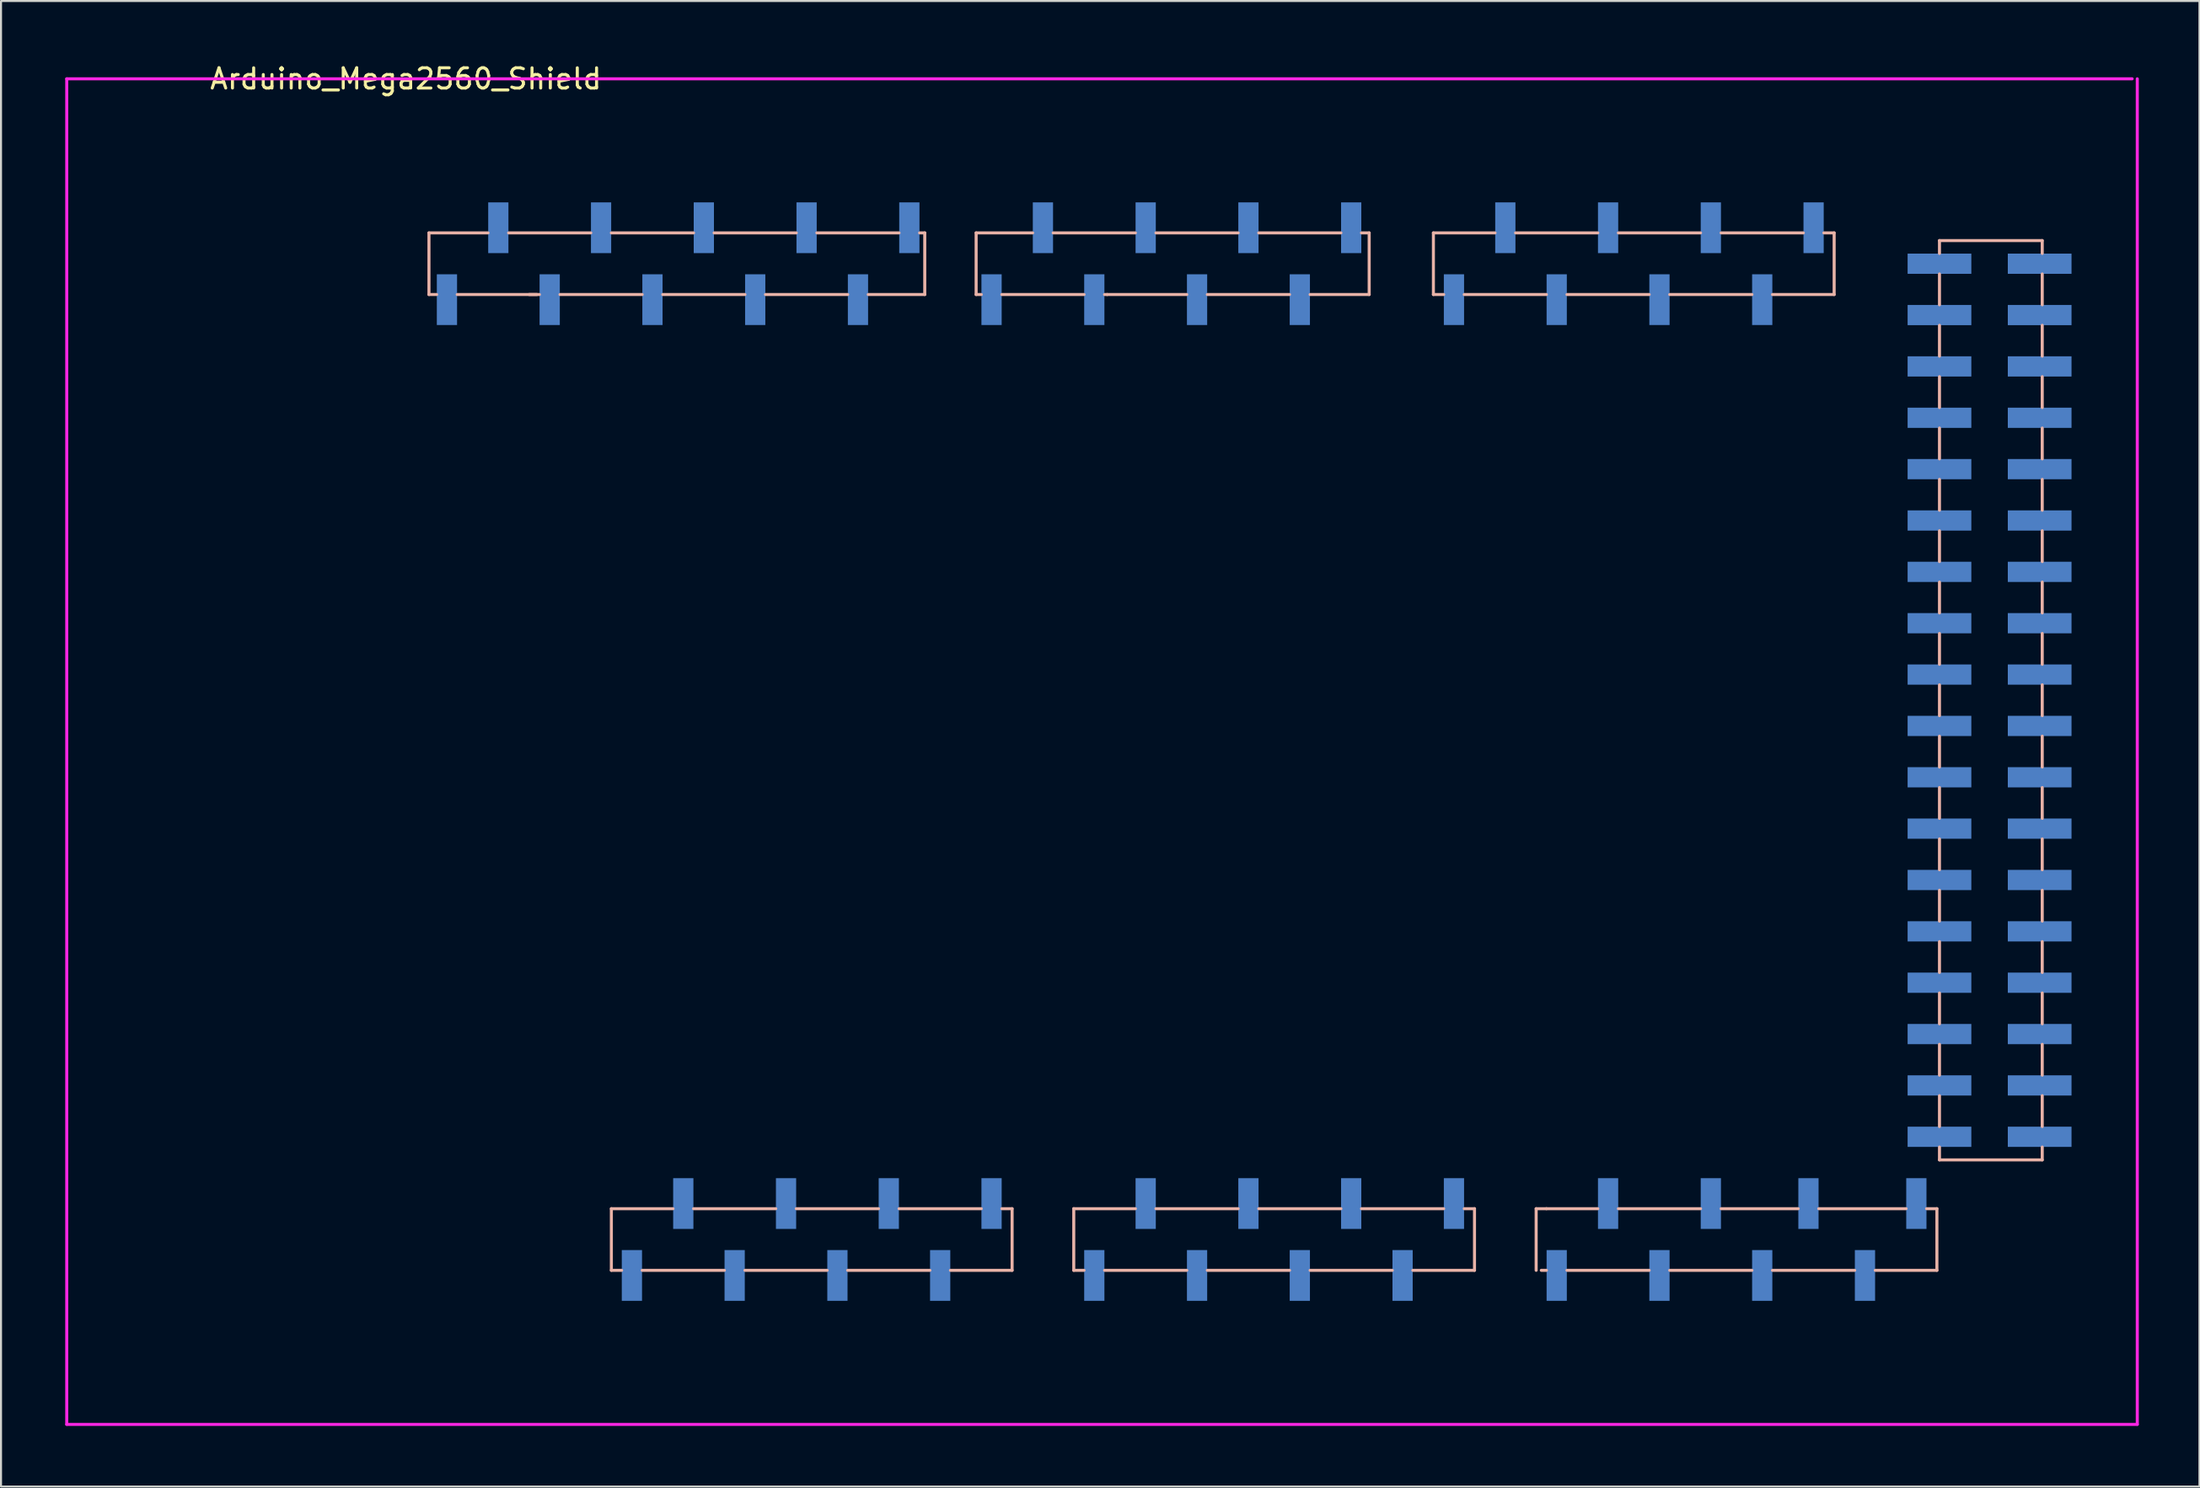
<source format=kicad_pcb>
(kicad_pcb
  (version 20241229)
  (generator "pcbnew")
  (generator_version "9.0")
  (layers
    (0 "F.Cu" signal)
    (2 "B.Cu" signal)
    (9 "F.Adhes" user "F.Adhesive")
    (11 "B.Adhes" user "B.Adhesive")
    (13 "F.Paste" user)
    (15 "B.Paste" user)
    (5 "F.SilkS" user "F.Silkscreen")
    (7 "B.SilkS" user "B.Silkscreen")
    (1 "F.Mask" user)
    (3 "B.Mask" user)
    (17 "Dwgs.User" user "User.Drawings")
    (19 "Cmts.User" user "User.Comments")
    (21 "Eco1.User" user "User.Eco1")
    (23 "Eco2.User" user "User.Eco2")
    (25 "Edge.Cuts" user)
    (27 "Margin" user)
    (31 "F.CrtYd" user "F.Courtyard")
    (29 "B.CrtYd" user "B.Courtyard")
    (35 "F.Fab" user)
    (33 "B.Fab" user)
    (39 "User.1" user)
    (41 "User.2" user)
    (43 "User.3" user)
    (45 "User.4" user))
  (footprint "Arduino_Mega2560_Shield"
    (layer "F.Cu")
    (at 0.25 60.792)
    (property "Reference" "Arduino_Mega2560_Shield" (at 16.764 -59.944 0) (layer "F.SilkS") (effects (font (size 1 1) (thickness 0.15))))
    (attr through_hole)
    (fp_line (start 17.907 -52.324) (end 20.828 -52.324) (stroke (width 0.15) (type solid)) (layer "B.SilkS"))
    (fp_line (start 17.907 -49.276) (end 17.907 -52.324) (stroke (width 0.15) (type solid)) (layer "B.SilkS"))
    (fp_line (start 18.288 -49.276) (end 17.907 -49.276) (stroke (width 0.15) (type solid)) (layer "B.SilkS"))
    (fp_line (start 21.844 -52.324) (end 25.908 -52.324) (stroke (width 0.15) (type solid)) (layer "B.SilkS"))
    (fp_line (start 22.86 -49.276) (end 23.368 -49.276) (stroke (width 0.15) (type solid)) (layer "B.SilkS"))
    (fp_line (start 23.241 -49.276) (end 19.304 -49.276) (stroke (width 0.15) (type solid)) (layer "B.SilkS"))
    (fp_line (start 26.924 -52.324) (end 30.988 -52.324) (stroke (width 0.15) (type solid)) (layer "B.SilkS"))
    (fp_line (start 26.924 -4.064) (end 26.924 -1.016) (stroke (width 0.15) (type solid)) (layer "B.SilkS"))
    (fp_line (start 26.924 -1.016) (end 27.432 -1.016) (stroke (width 0.15) (type solid)) (layer "B.SilkS"))
    (fp_line (start 28.448 -49.276) (end 24.384 -49.276) (stroke (width 0.15) (type solid)) (layer "B.SilkS"))
    (fp_line (start 28.448 -1.016) (end 32.512 -1.016) (stroke (width 0.15) (type solid)) (layer "B.SilkS"))
    (fp_line (start 29.972 -4.064) (end 26.924 -4.064) (stroke (width 0.15) (type solid)) (layer "B.SilkS"))
    (fp_line (start 32.004 -52.324) (end 36.068 -52.324) (stroke (width 0.15) (type solid)) (layer "B.SilkS"))
    (fp_line (start 33.528 -49.276) (end 29.464 -49.276) (stroke (width 0.15) (type solid)) (layer "B.SilkS"))
    (fp_line (start 33.528 -1.016) (end 37.592 -1.016) (stroke (width 0.15) (type solid)) (layer "B.SilkS"))
    (fp_line (start 35.052 -4.064) (end 30.988 -4.064) (stroke (width 0.15) (type solid)) (layer "B.SilkS"))
    (fp_line (start 37.084 -52.324) (end 41.148 -52.324) (stroke (width 0.15) (type solid)) (layer "B.SilkS"))
    (fp_line (start 38.608 -49.276) (end 34.544 -49.276) (stroke (width 0.15) (type solid)) (layer "B.SilkS"))
    (fp_line (start 38.608 -1.016) (end 42.672 -1.016) (stroke (width 0.15) (type solid)) (layer "B.SilkS"))
    (fp_line (start 40.132 -4.064) (end 36.068 -4.064) (stroke (width 0.15) (type solid)) (layer "B.SilkS"))
    (fp_line (start 42.164 -52.324) (end 42.418 -52.324) (stroke (width 0.15) (type solid)) (layer "B.SilkS"))
    (fp_line (start 42.418 -52.324) (end 42.418 -49.276) (stroke (width 0.15) (type solid)) (layer "B.SilkS"))
    (fp_line (start 42.418 -49.276) (end 39.624 -49.276) (stroke (width 0.15) (type solid)) (layer "B.SilkS"))
    (fp_line (start 43.688 -1.016) (end 46.736 -1.016) (stroke (width 0.15) (type solid)) (layer "B.SilkS"))
    (fp_line (start 44.958 -52.324) (end 47.752 -52.324) (stroke (width 0.15) (type solid)) (layer "B.SilkS"))
    (fp_line (start 44.958 -49.276) (end 44.958 -52.324) (stroke (width 0.15) (type solid)) (layer "B.SilkS"))
    (fp_line (start 45.212 -49.276) (end 44.958 -49.276) (stroke (width 0.15) (type solid)) (layer "B.SilkS"))
    (fp_line (start 45.212 -4.064) (end 41.148 -4.064) (stroke (width 0.15) (type solid)) (layer "B.SilkS"))
    (fp_line (start 46.736 -4.064) (end 46.228 -4.064) (stroke (width 0.15) (type solid)) (layer "B.SilkS"))
    (fp_line (start 46.736 -1.016) (end 46.736 -4.064) (stroke (width 0.15) (type solid)) (layer "B.SilkS"))
    (fp_line (start 48.768 -52.324) (end 52.832 -52.324) (stroke (width 0.15) (type solid)) (layer "B.SilkS"))
    (fp_line (start 49.784 -4.064) (end 49.784 -1.016) (stroke (width 0.15) (type solid)) (layer "B.SilkS"))
    (fp_line (start 49.784 -1.016) (end 50.292 -1.016) (stroke (width 0.15) (type solid)) (layer "B.SilkS"))
    (fp_line (start 50.292 -49.276) (end 46.228 -49.276) (stroke (width 0.15) (type solid)) (layer "B.SilkS"))
    (fp_line (start 51.308 -1.016) (end 55.372 -1.016) (stroke (width 0.15) (type solid)) (layer "B.SilkS"))
    (fp_line (start 51.435 -49.276) (end 51.308 -49.276) (stroke (width 0.15) (type solid)) (layer "B.SilkS"))
    (fp_line (start 52.832 -4.064) (end 49.784 -4.064) (stroke (width 0.15) (type solid)) (layer "B.SilkS"))
    (fp_line (start 53.848 -52.324) (end 57.912 -52.324) (stroke (width 0.15) (type solid)) (layer "B.SilkS"))
    (fp_line (start 55.372 -49.276) (end 51.435 -49.276) (stroke (width 0.15) (type solid)) (layer "B.SilkS"))
    (fp_line (start 56.388 -1.016) (end 60.452 -1.016) (stroke (width 0.15) (type solid)) (layer "B.SilkS"))
    (fp_line (start 57.912 -4.064) (end 53.848 -4.064) (stroke (width 0.15) (type solid)) (layer "B.SilkS"))
    (fp_line (start 58.928 -52.324) (end 62.992 -52.324) (stroke (width 0.15) (type solid)) (layer "B.SilkS"))
    (fp_line (start 60.452 -49.276) (end 56.388 -49.276) (stroke (width 0.15) (type solid)) (layer "B.SilkS"))
    (fp_line (start 61.468 -1.016) (end 65.532 -1.016) (stroke (width 0.15) (type solid)) (layer "B.SilkS"))
    (fp_line (start 62.992 -4.064) (end 58.928 -4.064) (stroke (width 0.15) (type solid)) (layer "B.SilkS"))
    (fp_line (start 64.008 -52.324) (end 64.389 -52.324) (stroke (width 0.15) (type solid)) (layer "B.SilkS"))
    (fp_line (start 64.389 -52.324) (end 64.389 -49.276) (stroke (width 0.15) (type solid)) (layer "B.SilkS"))
    (fp_line (start 64.389 -49.276) (end 61.468 -49.276) (stroke (width 0.15) (type solid)) (layer "B.SilkS"))
    (fp_line (start 66.548 -1.016) (end 69.596 -1.016) (stroke (width 0.15) (type solid)) (layer "B.SilkS"))
    (fp_line (start 67.564 -52.324) (end 70.612 -52.324) (stroke (width 0.15) (type solid)) (layer "B.SilkS"))
    (fp_line (start 67.564 -49.276) (end 67.564 -52.324) (stroke (width 0.15) (type solid)) (layer "B.SilkS"))
    (fp_line (start 68.072 -49.276) (end 67.564 -49.276) (stroke (width 0.15) (type solid)) (layer "B.SilkS"))
    (fp_line (start 68.072 -4.064) (end 64.008 -4.064) (stroke (width 0.15) (type solid)) (layer "B.SilkS"))
    (fp_line (start 69.596 -4.064) (end 69.088 -4.064) (stroke (width 0.15) (type solid)) (layer "B.SilkS"))
    (fp_line (start 69.596 -1.016) (end 69.596 -4.064) (stroke (width 0.15) (type solid)) (layer "B.SilkS"))
    (fp_line (start 71.628 -52.324) (end 75.692 -52.324) (stroke (width 0.15) (type solid)) (layer "B.SilkS"))
    (fp_line (start 72.644 -4.064) (end 72.644 -1.016) (stroke (width 0.15) (type solid)) (layer "B.SilkS"))
    (fp_line (start 72.898 -1.016) (end 73.152 -1.016) (stroke (width 0.15) (type solid)) (layer "B.SilkS"))
    (fp_line (start 73.152 -49.276) (end 69.088 -49.276) (stroke (width 0.15) (type solid)) (layer "B.SilkS"))
    (fp_line (start 73.152 -4.064) (end 72.644 -4.064) (stroke (width 0.15) (type solid)) (layer "B.SilkS"))
    (fp_line (start 73.152 -4.064) (end 75.692 -4.064) (stroke (width 0.15) (type solid)) (layer "B.SilkS"))
    (fp_line (start 74.168 -1.016) (end 78.232 -1.016) (stroke (width 0.15) (type solid)) (layer "B.SilkS"))
    (fp_line (start 76.708 -52.324) (end 80.772 -52.324) (stroke (width 0.15) (type solid)) (layer "B.SilkS"))
    (fp_line (start 76.708 -4.064) (end 80.772 -4.064) (stroke (width 0.15) (type solid)) (layer "B.SilkS"))
    (fp_line (start 78.232 -49.276) (end 74.168 -49.276) (stroke (width 0.15) (type solid)) (layer "B.SilkS"))
    (fp_line (start 79.248 -1.016) (end 83.312 -1.016) (stroke (width 0.15) (type solid)) (layer "B.SilkS"))
    (fp_line (start 81.788 -52.324) (end 85.852 -52.324) (stroke (width 0.15) (type solid)) (layer "B.SilkS"))
    (fp_line (start 81.788 -4.064) (end 85.598 -4.064) (stroke (width 0.15) (type solid)) (layer "B.SilkS"))
    (fp_line (start 83.312 -49.276) (end 79.248 -49.276) (stroke (width 0.15) (type solid)) (layer "B.SilkS"))
    (fp_line (start 84.328 -1.016) (end 88.392 -1.016) (stroke (width 0.15) (type solid)) (layer "B.SilkS"))
    (fp_line (start 86.614 -4.064) (end 90.932 -4.064) (stroke (width 0.15) (type solid)) (layer "B.SilkS"))
    (fp_line (start 86.868 -52.324) (end 87.376 -52.324) (stroke (width 0.15) (type solid)) (layer "B.SilkS"))
    (fp_line (start 87.376 -52.324) (end 87.376 -49.276) (stroke (width 0.15) (type solid)) (layer "B.SilkS"))
    (fp_line (start 87.376 -49.276) (end 84.328 -49.276) (stroke (width 0.15) (type solid)) (layer "B.SilkS"))
    (fp_line (start 91.948 -4.064) (end 92.456 -4.064) (stroke (width 0.15) (type solid)) (layer "B.SilkS"))
    (fp_line (start 92.456 -4.064) (end 92.456 -1.016) (stroke (width 0.15) (type solid)) (layer "B.SilkS"))
    (fp_line (start 92.456 -1.016) (end 89.408 -1.016) (stroke (width 0.15) (type solid)) (layer "B.SilkS"))
    (fp_line (start 92.583 -51.943) (end 97.663 -51.943) (stroke (width 0.15) (type solid)) (layer "B.SilkS"))
    (fp_line (start 92.583 -51.308) (end 92.583 -51.943) (stroke (width 0.15) (type solid)) (layer "B.SilkS"))
    (fp_line (start 92.583 -50.292) (end 92.583 -48.768) (stroke (width 0.15) (type solid)) (layer "B.SilkS"))
    (fp_line (start 92.583 -47.752) (end 92.583 -46.228) (stroke (width 0.15) (type solid)) (layer "B.SilkS"))
    (fp_line (start 92.583 -45.212) (end 92.583 -43.688) (stroke (width 0.15) (type solid)) (layer "B.SilkS"))
    (fp_line (start 92.583 -42.672) (end 92.583 -41.148) (stroke (width 0.15) (type solid)) (layer "B.SilkS"))
    (fp_line (start 92.583 -40.132) (end 92.583 -38.608) (stroke (width 0.15) (type solid)) (layer "B.SilkS"))
    (fp_line (start 92.583 -37.592) (end 92.583 -36.068) (stroke (width 0.15) (type solid)) (layer "B.SilkS"))
    (fp_line (start 92.583 -35.052) (end 92.583 -33.528) (stroke (width 0.15) (type solid)) (layer "B.SilkS"))
    (fp_line (start 92.583 -32.512) (end 92.583 -30.988) (stroke (width 0.15) (type solid)) (layer "B.SilkS"))
    (fp_line (start 92.583 -29.972) (end 92.583 -28.448) (stroke (width 0.15) (type solid)) (layer "B.SilkS"))
    (fp_line (start 92.583 -27.432) (end 92.583 -25.908) (stroke (width 0.15) (type solid)) (layer "B.SilkS"))
    (fp_line (start 92.583 -24.892) (end 92.583 -23.368) (stroke (width 0.15) (type solid)) (layer "B.SilkS"))
    (fp_line (start 92.583 -22.352) (end 92.583 -20.828) (stroke (width 0.15) (type solid)) (layer "B.SilkS"))
    (fp_line (start 92.583 -19.812) (end 92.583 -18.288) (stroke (width 0.15) (type solid)) (layer "B.SilkS"))
    (fp_line (start 92.583 -17.272) (end 92.583 -15.748) (stroke (width 0.15) (type solid)) (layer "B.SilkS"))
    (fp_line (start 92.583 -14.732) (end 92.583 -13.208) (stroke (width 0.15) (type solid)) (layer "B.SilkS"))
    (fp_line (start 92.583 -12.192) (end 92.583 -10.668) (stroke (width 0.15) (type solid)) (layer "B.SilkS"))
    (fp_line (start 92.583 -9.652) (end 92.583 -8.128) (stroke (width 0.15) (type solid)) (layer "B.SilkS"))
    (fp_line (start 92.583 -7.112) (end 92.583 -6.477) (stroke (width 0.15) (type solid)) (layer "B.SilkS"))
    (fp_line (start 92.583 -6.477) (end 97.663 -6.477) (stroke (width 0.15) (type solid)) (layer "B.SilkS"))
    (fp_line (start 97.663 -51.943) (end 97.663 -51.308) (stroke (width 0.15) (type solid)) (layer "B.SilkS"))
    (fp_line (start 97.663 -50.292) (end 97.663 -48.768) (stroke (width 0.15) (type solid)) (layer "B.SilkS"))
    (fp_line (start 97.663 -47.752) (end 97.663 -46.228) (stroke (width 0.15) (type solid)) (layer "B.SilkS"))
    (fp_line (start 97.663 -45.212) (end 97.663 -43.688) (stroke (width 0.15) (type solid)) (layer "B.SilkS"))
    (fp_line (start 97.663 -42.672) (end 97.663 -41.148) (stroke (width 0.15) (type solid)) (layer "B.SilkS"))
    (fp_line (start 97.663 -40.132) (end 97.663 -38.608) (stroke (width 0.15) (type solid)) (layer "B.SilkS"))
    (fp_line (start 97.663 -37.592) (end 97.663 -36.068) (stroke (width 0.15) (type solid)) (layer "B.SilkS"))
    (fp_line (start 97.663 -35.052) (end 97.663 -33.528) (stroke (width 0.15) (type solid)) (layer "B.SilkS"))
    (fp_line (start 97.663 -32.512) (end 97.663 -30.988) (stroke (width 0.15) (type solid)) (layer "B.SilkS"))
    (fp_line (start 97.663 -29.972) (end 97.663 -28.448) (stroke (width 0.15) (type solid)) (layer "B.SilkS"))
    (fp_line (start 97.663 -27.432) (end 97.663 -25.908) (stroke (width 0.15) (type solid)) (layer "B.SilkS"))
    (fp_line (start 97.663 -24.892) (end 97.663 -23.368) (stroke (width 0.15) (type solid)) (layer "B.SilkS"))
    (fp_line (start 97.663 -22.352) (end 97.663 -20.828) (stroke (width 0.15) (type solid)) (layer "B.SilkS"))
    (fp_line (start 97.663 -19.812) (end 97.663 -18.288) (stroke (width 0.15) (type solid)) (layer "B.SilkS"))
    (fp_line (start 97.663 -17.272) (end 97.663 -15.748) (stroke (width 0.15) (type solid)) (layer "B.SilkS"))
    (fp_line (start 97.663 -14.732) (end 97.663 -13.208) (stroke (width 0.15) (type solid)) (layer "B.SilkS"))
    (fp_line (start 97.663 -12.192) (end 97.663 -10.668) (stroke (width 0.15) (type solid)) (layer "B.SilkS"))
    (fp_line (start 97.663 -9.652) (end 97.663 -8.128) (stroke (width 0.15) (type solid)) (layer "B.SilkS"))
    (fp_line (start 97.663 -7.112) (end 97.663 -6.477) (stroke (width 0.15) (type solid)) (layer "B.SilkS"))
    (fp_line (start 0 -59.944) (end 0 6.604) (stroke (width 0.15) (type solid)) (layer "F.CrtYd"))
    (fp_line (start 0 6.604) (end 102.362 6.604) (stroke (width 0.15) (type solid)) (layer "F.CrtYd"))
    (fp_line (start 102.108 -59.944) (end 0 -59.944) (stroke (width 0.15) (type solid)) (layer "F.CrtYd"))
    (fp_line (start 102.362 6.604) (end 102.362 -59.944) (stroke (width 0.15) (type solid)) (layer "F.CrtYd"))
    (pad "" smd rect (at 27.94 -0.762 90) (size 2.51 1) (layers "B.Cu" "B.Mask" "B.Paste"))
    (pad "3V3" smd rect (at 35.56 -4.318 90) (size 2.51 1) (layers "B.Cu" "B.Mask" "B.Paste"))
    (pad "5V1" smd rect (at 38.1 -0.762 90) (size 2.51 1) (layers "B.Cu" "B.Mask" "B.Paste"))
    (pad "5V3" smd rect (at 92.583 -50.8) (size 3.15 1) (layers "B.Cu" "B.Mask" "B.Paste"))
    (pad "5V4" smd rect (at 97.536 -50.8) (size 3.15 1) (layers "B.Cu" "B.Mask" "B.Paste"))
    (pad "A0" smd rect (at 50.8 -0.762 90) (size 2.51 1) (layers "B.Cu" "B.Mask" "B.Paste"))
    (pad "A1" smd rect (at 53.34 -4.318 90) (size 2.51 1) (layers "B.Cu" "B.Mask" "B.Paste"))
    (pad "A2" smd rect (at 55.88 -0.762 90) (size 2.51 1) (layers "B.Cu" "B.Mask" "B.Paste"))
    (pad "A3" smd rect (at 58.42 -4.318 90) (size 2.51 1) (layers "B.Cu" "B.Mask" "B.Paste"))
    (pad "A4" smd rect (at 60.96 -0.762 90) (size 2.51 1) (layers "B.Cu" "B.Mask" "B.Paste"))
    (pad "A5" smd rect (at 63.5 -4.318 90) (size 2.51 1) (layers "B.Cu" "B.Mask" "B.Paste"))
    (pad "A6" smd rect (at 66.04 -0.762 90) (size 2.51 1) (layers "B.Cu" "B.Mask" "B.Paste"))
    (pad "A7" smd rect (at 68.58 -4.318 90) (size 2.51 1) (layers "B.Cu" "B.Mask" "B.Paste"))
    (pad "A8" smd rect (at 73.66 -0.762 90) (size 2.51 1) (layers "B.Cu" "B.Mask" "B.Paste"))
    (pad "A9" smd rect (at 76.2 -4.318 90) (size 2.51 1) (layers "B.Cu" "B.Mask" "B.Paste"))
    (pad "A10" smd rect (at 78.74 -0.762 90) (size 2.51 1) (layers "B.Cu" "B.Mask" "B.Paste"))
    (pad "A11" smd rect (at 81.28 -4.318 90) (size 2.51 1) (layers "B.Cu" "B.Mask" "B.Paste"))
    (pad "A12" smd rect (at 83.82 -0.762 90) (size 2.51 1) (layers "B.Cu" "B.Mask" "B.Paste"))
    (pad "A13" smd rect (at 86.106 -4.318 90) (size 2.51 1) (layers "B.Cu" "B.Mask" "B.Paste"))
    (pad "A14" smd rect (at 88.9 -0.762 90) (size 2.51 1) (layers "B.Cu" "B.Mask" "B.Paste"))
    (pad "A15" smd rect (at 91.44 -4.318 90) (size 2.51 1) (layers "B.Cu" "B.Mask" "B.Paste"))
    (pad "AREF" smd rect (at 23.876 -49.022 90) (size 2.51 1) (layers "B.Cu" "B.Mask" "B.Paste"))
    (pad "D0" smd rect (at 63.5 -52.578 90) (size 2.51 1) (layers "B.Cu" "B.Mask" "B.Paste"))
    (pad "D1" smd rect (at 60.96 -49.022 90) (size 2.51 1) (layers "B.Cu" "B.Mask" "B.Paste"))
    (pad "D2" smd rect (at 58.42 -52.578 90) (size 2.51 1) (layers "B.Cu" "B.Mask" "B.Paste"))
    (pad "D3" smd rect (at 55.88 -49.022 90) (size 2.51 1) (layers "B.Cu" "B.Mask" "B.Paste"))
    (pad "D4" smd rect (at 53.34 -52.578 90) (size 2.51 1) (layers "B.Cu" "B.Mask" "B.Paste"))
    (pad "D5" smd rect (at 50.8 -49.022 90) (size 2.51 1) (layers "B.Cu" "B.Mask" "B.Paste"))
    (pad "D6" smd rect (at 48.26 -52.578 90) (size 2.51 1) (layers "B.Cu" "B.Mask" "B.Paste"))
    (pad "D7" smd rect (at 45.72 -49.022 90) (size 2.51 1) (layers "B.Cu" "B.Mask" "B.Paste"))
    (pad "D8" smd rect (at 41.656 -52.578 90) (size 2.51 1) (layers "B.Cu" "B.Mask" "B.Paste"))
    (pad "D9" smd rect (at 39.116 -49.022 90) (size 2.51 1) (layers "B.Cu" "B.Mask" "B.Paste"))
    (pad "D10" smd rect (at 36.576 -52.578 90) (size 2.51 1) (layers "B.Cu" "B.Mask" "B.Paste"))
    (pad "D11" smd rect (at 34.036 -49.022 90) (size 2.51 1) (layers "B.Cu" "B.Mask" "B.Paste"))
    (pad "D12" smd rect (at 31.496 -52.578 90) (size 2.51 1) (layers "B.Cu" "B.Mask" "B.Paste"))
    (pad "D13" smd rect (at 28.956 -49.022 90) (size 2.51 1) (layers "B.Cu" "B.Mask" "B.Paste"))
    (pad "D14" smd rect (at 68.58 -49.022 90) (size 2.51 1) (layers "B.Cu" "B.Mask" "B.Paste"))
    (pad "D15" smd rect (at 71.12 -52.578 90) (size 2.51 1) (layers "B.Cu" "B.Mask" "B.Paste"))
    (pad "D16" smd rect (at 73.66 -49.022 90) (size 2.51 1) (layers "B.Cu" "B.Mask" "B.Paste"))
    (pad "D17" smd rect (at 76.2 -52.578 90) (size 2.51 1) (layers "B.Cu" "B.Mask" "B.Paste"))
    (pad "D18" smd rect (at 78.74 -49.022 90) (size 2.51 1) (layers "B.Cu" "B.Mask" "B.Paste"))
    (pad "D19" smd rect (at 81.28 -52.578 90) (size 2.51 1) (layers "B.Cu" "B.Mask" "B.Paste"))
    (pad "D20" smd rect (at 83.82 -49.022 90) (size 2.51 1) (layers "B.Cu" "B.Mask" "B.Paste"))
    (pad "D21" smd rect (at 86.36 -52.578 90) (size 2.51 1) (layers "B.Cu" "B.Mask" "B.Paste"))
    (pad "D22" smd rect (at 92.583 -48.26) (size 3.15 1) (layers "B.Cu" "B.Mask" "B.Paste"))
    (pad "D23" smd rect (at 97.536 -48.26) (size 3.15 1) (layers "B.Cu" "B.Mask" "B.Paste"))
    (pad "D24" smd rect (at 92.583 -45.72) (size 3.15 1) (layers "B.Cu" "B.Mask" "B.Paste"))
    (pad "D25" smd rect (at 97.536 -45.72) (size 3.15 1) (layers "B.Cu" "B.Mask" "B.Paste"))
    (pad "D26" smd rect (at 92.583 -43.18) (size 3.15 1) (layers "B.Cu" "B.Mask" "B.Paste"))
    (pad "D27" smd rect (at 97.536 -43.18) (size 3.15 1) (layers "B.Cu" "B.Mask" "B.Paste"))
    (pad "D28" smd rect (at 92.583 -40.64) (size 3.15 1) (layers "B.Cu" "B.Mask" "B.Paste"))
    (pad "D29" smd rect (at 97.536 -40.64) (size 3.15 1) (layers "B.Cu" "B.Mask" "B.Paste"))
    (pad "D30" smd rect (at 92.583 -38.1) (size 3.15 1) (layers "B.Cu" "B.Mask" "B.Paste"))
    (pad "D31" smd rect (at 97.536 -38.1) (size 3.15 1) (layers "B.Cu" "B.Mask" "B.Paste"))
    (pad "D32" smd rect (at 92.583 -35.56) (size 3.15 1) (layers "B.Cu" "B.Mask" "B.Paste"))
    (pad "D33" smd rect (at 97.536 -35.56) (size 3.15 1) (layers "B.Cu" "B.Mask" "B.Paste"))
    (pad "D34" smd rect (at 92.583 -33.02) (size 3.15 1) (layers "B.Cu" "B.Mask" "B.Paste"))
    (pad "D35" smd rect (at 97.536 -33.02) (size 3.15 1) (layers "B.Cu" "B.Mask" "B.Paste"))
    (pad "D36" smd rect (at 92.583 -30.48) (size 3.15 1) (layers "B.Cu" "B.Mask" "B.Paste"))
    (pad "D37" smd rect (at 97.536 -30.48) (size 3.15 1) (layers "B.Cu" "B.Mask" "B.Paste"))
    (pad "D38" smd rect (at 92.583 -27.94) (size 3.15 1) (layers "B.Cu" "B.Mask" "B.Paste"))
    (pad "D39" smd rect (at 97.536 -27.94) (size 3.15 1) (layers "B.Cu" "B.Mask" "B.Paste"))
    (pad "D40" smd rect (at 92.583 -25.4) (size 3.15 1) (layers "B.Cu" "B.Mask" "B.Paste"))
    (pad "D41" smd rect (at 97.536 -25.4) (size 3.15 1) (layers "B.Cu" "B.Mask" "B.Paste"))
    (pad "D42" smd rect (at 92.583 -22.86) (size 3.15 1) (layers "B.Cu" "B.Mask" "B.Paste"))
    (pad "D43" smd rect (at 97.536 -22.86) (size 3.15 1) (layers "B.Cu" "B.Mask" "B.Paste"))
    (pad "D44" smd rect (at 92.583 -20.32) (size 3.15 1) (layers "B.Cu" "B.Mask" "B.Paste"))
    (pad "D45" smd rect (at 97.536 -20.32) (size 3.15 1) (layers "B.Cu" "B.Mask" "B.Paste"))
    (pad "D46" smd rect (at 92.583 -17.78) (size 3.15 1) (layers "B.Cu" "B.Mask" "B.Paste"))
    (pad "D47" smd rect (at 97.536 -17.78) (size 3.15 1) (layers "B.Cu" "B.Mask" "B.Paste"))
    (pad "D48" smd rect (at 92.583 -15.24) (size 3.15 1) (layers "B.Cu" "B.Mask" "B.Paste"))
    (pad "D49" smd rect (at 97.536 -15.24) (size 3.15 1) (layers "B.Cu" "B.Mask" "B.Paste"))
    (pad "D50" smd rect (at 92.583 -12.7) (size 3.15 1) (layers "B.Cu" "B.Mask" "B.Paste"))
    (pad "D51" smd rect (at 97.536 -12.7) (size 3.15 1) (layers "B.Cu" "B.Mask" "B.Paste"))
    (pad "D52" smd rect (at 92.583 -10.16) (size 3.15 1) (layers "B.Cu" "B.Mask" "B.Paste"))
    (pad "D53" smd rect (at 97.536 -10.16) (size 3.15 1) (layers "B.Cu" "B.Mask" "B.Paste"))
    (pad "GND1" smd rect (at 26.416 -52.578 90) (size 2.51 1) (layers "B.Cu" "B.Mask" "B.Paste"))
    (pad "GND2" smd rect (at 40.64 -4.318 90) (size 2.51 1) (layers "B.Cu" "B.Mask" "B.Paste"))
    (pad "GND3" smd rect (at 43.18 -0.762 90) (size 2.51 1) (layers "B.Cu" "B.Mask" "B.Paste"))
    (pad "GND5" smd rect (at 92.583 -7.62) (size 3.15 1) (layers "B.Cu" "B.Mask" "B.Paste"))
    (pad "GND6" smd rect (at 97.536 -7.62) (size 3.15 1) (layers "B.Cu" "B.Mask" "B.Paste"))
    (pad "IORF" smd rect (at 30.48 -4.318 90) (size 2.51 1) (layers "B.Cu" "B.Mask" "B.Paste"))
    (pad "RST1" smd rect (at 33.02 -0.762 90) (size 2.51 1) (layers "B.Cu" "B.Mask" "B.Paste"))
    (pad "SCL" smd rect (at 18.796 -49.022 90) (size 2.51 1) (layers "B.Cu" "B.Mask" "B.Paste"))
    (pad "SDA" smd rect (at 21.336 -52.578 90) (size 2.51 1) (layers "B.Cu" "B.Mask" "B.Paste"))
    (pad "VIN" smd rect (at 45.72 -4.318 90) (size 2.51 1) (layers "B.Cu" "B.Mask" "B.Paste")))
  (gr_rect
    (start -3 -3)
    (end 105.687 70.471)
    (stroke (width 0.1) (type default))
    (fill no)
    (layer "Edge.Cuts")))
</source>
